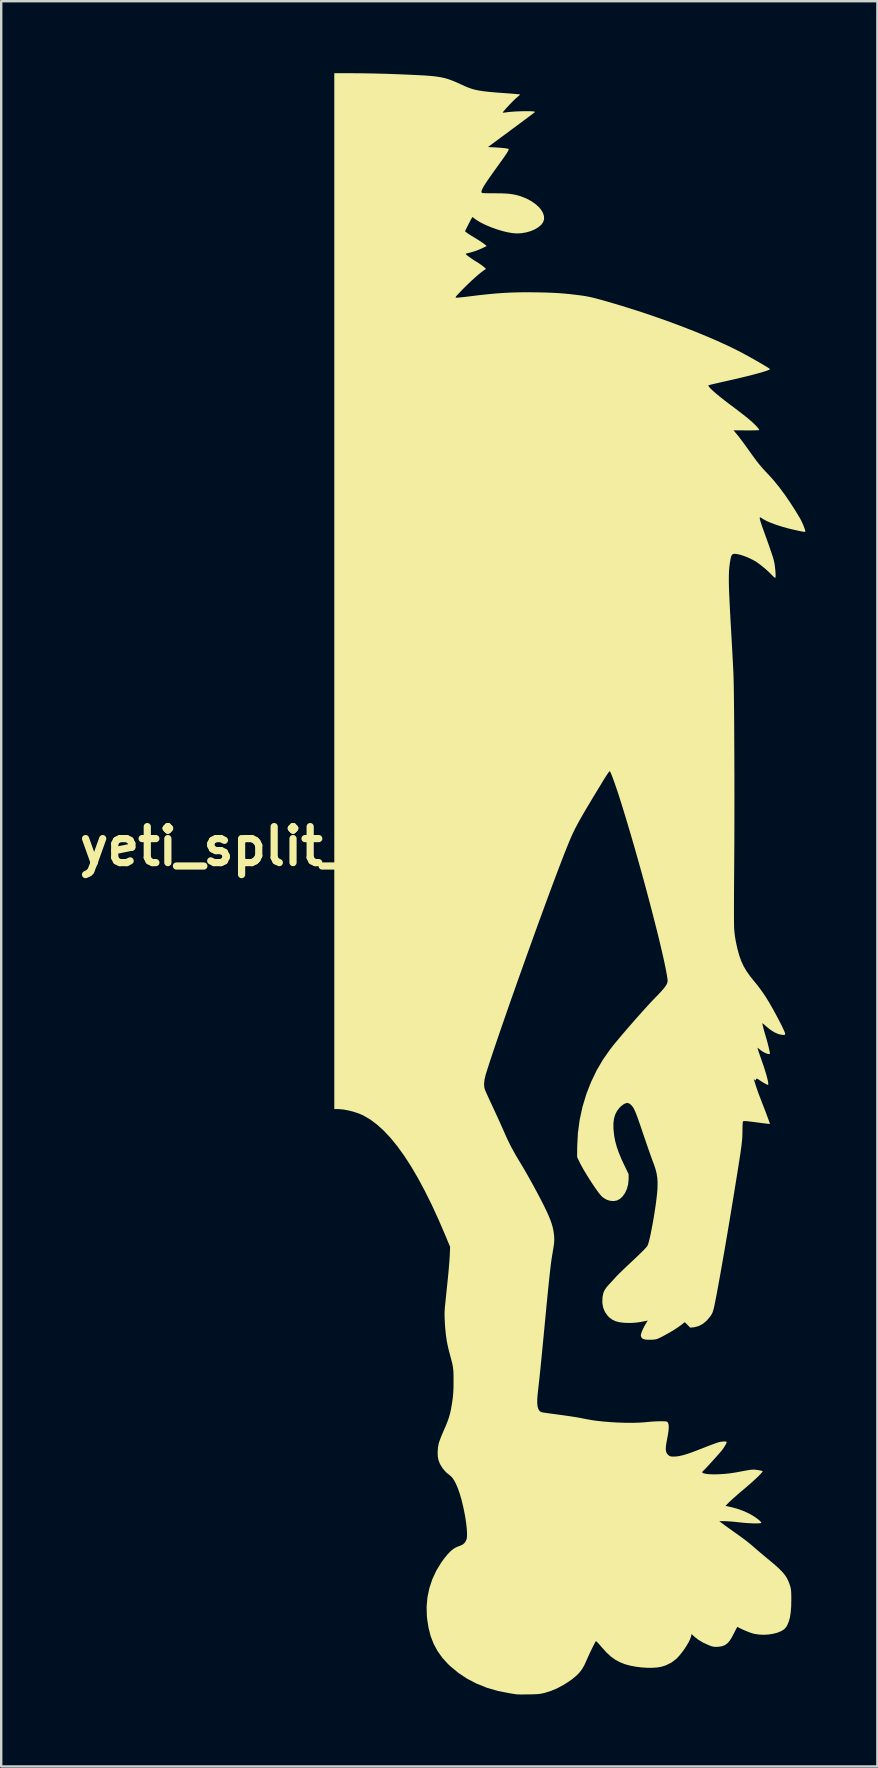
<source format=kicad_pcb>
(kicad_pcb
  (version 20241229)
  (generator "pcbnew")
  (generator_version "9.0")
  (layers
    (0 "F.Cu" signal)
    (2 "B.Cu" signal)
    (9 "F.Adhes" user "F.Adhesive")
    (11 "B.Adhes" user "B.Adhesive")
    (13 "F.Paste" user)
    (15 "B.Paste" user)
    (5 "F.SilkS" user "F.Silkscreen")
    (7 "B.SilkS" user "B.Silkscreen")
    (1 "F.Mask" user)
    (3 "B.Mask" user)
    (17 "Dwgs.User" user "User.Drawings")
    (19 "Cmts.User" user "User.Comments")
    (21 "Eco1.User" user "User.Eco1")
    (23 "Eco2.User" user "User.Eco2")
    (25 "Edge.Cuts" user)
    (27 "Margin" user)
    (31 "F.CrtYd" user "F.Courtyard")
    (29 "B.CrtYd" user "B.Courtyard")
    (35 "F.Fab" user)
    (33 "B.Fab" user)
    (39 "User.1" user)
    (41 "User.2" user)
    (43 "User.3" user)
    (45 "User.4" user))
  (footprint "yeti_split_right"
    (layer "F.Cu")
    (at 8.514 32.206)
    (property "Reference" "yeti_split_right" (at 0 0 0) (layer "F.SilkS") (effects (font (size 1.5 1.5) (thickness 0.3))))
    (attr board_only exclude_from_pos_files exclude_from_bom)
    (fp_poly (pts (xy 3.07 -32.206) (xy 3.51 -32.203) (xy 3.988 -32.195) (xy 4.496 -32.182) (xy 5.026 -32.163) (xy 5.568 -32.14) (xy 5.894 -32.124) (xy 6.165 -32.109) (xy 6.398 -32.091) (xy 6.599 -32.069) (xy 6.779 -32.042) (xy 6.943 -32.006) (xy 7.101 -31.961) (xy 7.261 -31.905) (xy 7.43 -31.836) (xy 7.616 -31.752) (xy 7.676 -31.724) (xy 7.804 -31.665) (xy 7.923 -31.615) (xy 8.039 -31.573) (xy 8.157 -31.536) (xy 8.282 -31.505) (xy 8.42 -31.479) (xy 8.577 -31.456) (xy 8.759 -31.434) (xy 8.97 -31.414) (xy 9.217 -31.394) (xy 9.504 -31.373) (xy 9.513 -31.373) (xy 9.674 -31.361) (xy 9.818 -31.349) (xy 9.939 -31.339) (xy 10.031 -31.33) (xy 10.088 -31.322) (xy 10.104 -31.318) (xy 10.087 -31.299) (xy 10.042 -31.258) (xy 9.978 -31.203) (xy 9.96 -31.189) (xy 9.905 -31.139) (xy 9.832 -31.069) (xy 9.749 -30.985) (xy 9.661 -30.895) (xy 9.576 -30.803) (xy 9.498 -30.718) (xy 9.436 -30.646) (xy 9.394 -30.594) (xy 9.379 -30.568) (xy 9.4 -30.563) (xy 9.453 -30.566) (xy 9.502 -30.572) (xy 9.616 -30.588) (xy 9.749 -30.6) (xy 9.896 -30.611) (xy 10.048 -30.618) (xy 10.2 -30.623) (xy 10.344 -30.625) (xy 10.474 -30.624) (xy 10.584 -30.62) (xy 10.666 -30.612) (xy 10.713 -30.602) (xy 10.722 -30.59) (xy 10.702 -30.573) (xy 10.647 -30.53) (xy 10.562 -30.466) (xy 10.45 -30.381) (xy 10.314 -30.28) (xy 10.159 -30.164) (xy 9.987 -30.036) (xy 9.803 -29.9) (xy 9.737 -29.851) (xy 8.763 -29.13) (xy 8.901 -29.124) (xy 9.064 -29.116) (xy 9.219 -29.105) (xy 9.358 -29.093) (xy 9.474 -29.081) (xy 9.561 -29.068) (xy 9.61 -29.057) (xy 9.618 -29.052) (xy 9.625 -29.038) (xy 9.624 -29.016) (xy 9.61 -28.982) (xy 9.583 -28.932) (xy 9.541 -28.864) (xy 9.48 -28.774) (xy 9.399 -28.658) (xy 9.296 -28.512) (xy 9.167 -28.334) (xy 9.109 -28.253) (xy 8.947 -28.027) (xy 8.812 -27.836) (xy 8.703 -27.675) (xy 8.618 -27.544) (xy 8.557 -27.439) (xy 8.516 -27.357) (xy 8.495 -27.297) (xy 8.493 -27.254) (xy 8.508 -27.227) (xy 8.531 -27.215) (xy 8.566 -27.212) (xy 8.64 -27.209) (xy 8.746 -27.206) (xy 8.875 -27.205) (xy 9.021 -27.204) (xy 9.063 -27.204) (xy 9.303 -27.202) (xy 9.506 -27.194) (xy 9.68 -27.179) (xy 9.836 -27.155) (xy 9.983 -27.123) (xy 10.127 -27.08) (xy 10.346 -26.995) (xy 10.551 -26.887) (xy 10.733 -26.764) (xy 10.884 -26.63) (xy 10.97 -26.528) (xy 11.053 -26.389) (xy 11.096 -26.26) (xy 11.101 -26.131) (xy 11.098 -26.106) (xy 11.058 -25.994) (xy 10.978 -25.887) (xy 10.862 -25.789) (xy 10.717 -25.702) (xy 10.549 -25.63) (xy 10.362 -25.576) (xy 10.163 -25.542) (xy 9.975 -25.531) (xy 9.789 -25.544) (xy 9.575 -25.581) (xy 9.343 -25.638) (xy 9.103 -25.712) (xy 8.865 -25.799) (xy 8.64 -25.896) (xy 8.436 -25.999) (xy 8.265 -26.106) (xy 8.224 -26.136) (xy 8.119 -26.216) (xy 8.085 -26.164) (xy 8.061 -26.122) (xy 8.022 -26.05) (xy 7.974 -25.957) (xy 7.929 -25.868) (xy 7.807 -25.624) (xy 7.867 -25.572) (xy 7.908 -25.542) (xy 7.981 -25.494) (xy 8.076 -25.433) (xy 8.185 -25.367) (xy 8.226 -25.342) (xy 8.341 -25.272) (xy 8.449 -25.203) (xy 8.54 -25.142) (xy 8.604 -25.096) (xy 8.617 -25.085) (xy 8.709 -25.007) (xy 8.57 -24.938) (xy 8.405 -24.863) (xy 8.225 -24.795) (xy 8.052 -24.742) (xy 7.97 -24.723) (xy 7.898 -24.705) (xy 7.849 -24.688) (xy 7.835 -24.677) (xy 7.854 -24.653) (xy 7.905 -24.609) (xy 7.982 -24.551) (xy 8.078 -24.485) (xy 8.184 -24.414) (xy 8.292 -24.347) (xy 8.39 -24.285) (xy 8.486 -24.218) (xy 8.564 -24.159) (xy 8.583 -24.143) (xy 8.683 -24.054) (xy 8.587 -23.99) (xy 8.493 -23.921) (xy 8.373 -23.824) (xy 8.235 -23.704) (xy 8.084 -23.567) (xy 7.928 -23.419) (xy 7.772 -23.265) (xy 7.695 -23.187) (xy 7.587 -23.075) (xy 7.508 -22.992) (xy 7.455 -22.934) (xy 7.425 -22.895) (xy 7.415 -22.872) (xy 7.421 -22.861) (xy 7.439 -22.855) (xy 7.443 -22.855) (xy 7.485 -22.856) (xy 7.566 -22.862) (xy 7.676 -22.873) (xy 7.808 -22.887) (xy 7.952 -22.905) (xy 7.969 -22.907) (xy 8.384 -22.958) (xy 8.763 -22.999) (xy 9.117 -23.032) (xy 9.455 -23.055) (xy 9.787 -23.071) (xy 10.124 -23.079) (xy 10.476 -23.081) (xy 10.829 -23.077) (xy 11.148 -23.07) (xy 11.433 -23.059) (xy 11.695 -23.045) (xy 11.947 -23.026) (xy 12.201 -23.001) (xy 12.468 -22.969) (xy 12.677 -22.942) (xy 12.804 -22.923) (xy 12.93 -22.9) (xy 13.062 -22.872) (xy 13.21 -22.837) (xy 13.38 -22.792) (xy 13.582 -22.736) (xy 13.717 -22.698) (xy 14.344 -22.512) (xy 14.97 -22.315) (xy 15.59 -22.109) (xy 16.198 -21.896) (xy 16.79 -21.677) (xy 17.361 -21.455) (xy 17.904 -21.232) (xy 18.415 -21.01) (xy 18.888 -20.79) (xy 19.19 -20.64) (xy 19.309 -20.579) (xy 19.444 -20.506) (xy 19.591 -20.426) (xy 19.743 -20.341) (xy 19.896 -20.255) (xy 20.043 -20.171) (xy 20.179 -20.091) (xy 20.299 -20.02) (xy 20.398 -19.96) (xy 20.469 -19.914) (xy 20.507 -19.886) (xy 20.512 -19.88) (xy 20.489 -19.859) (xy 20.423 -19.829) (xy 20.317 -19.792) (xy 20.171 -19.747) (xy 19.99 -19.696) (xy 19.776 -19.639) (xy 19.53 -19.577) (xy 19.256 -19.511) (xy 18.956 -19.441) (xy 18.723 -19.388) (xy 18.543 -19.348) (xy 18.378 -19.31) (xy 18.231 -19.276) (xy 18.109 -19.247) (xy 18.019 -19.225) (xy 17.965 -19.211) (xy 17.954 -19.207) (xy 17.948 -19.183) (xy 17.978 -19.135) (xy 18.042 -19.064) (xy 18.138 -18.972) (xy 18.265 -18.862) (xy 18.419 -18.734) (xy 18.599 -18.591) (xy 18.803 -18.435) (xy 18.896 -18.366) (xy 19.051 -18.25) (xy 19.206 -18.131) (xy 19.354 -18.017) (xy 19.487 -17.912) (xy 19.598 -17.823) (xy 19.677 -17.756) (xy 19.794 -17.652) (xy 19.895 -17.554) (xy 19.976 -17.47) (xy 20.032 -17.402) (xy 20.06 -17.356) (xy 20.06 -17.339) (xy 20.033 -17.335) (xy 19.967 -17.332) (xy 19.867 -17.329) (xy 19.741 -17.327) (xy 19.596 -17.327) (xy 19.519 -17.327) (xy 18.992 -17.33) (xy 19.135 -17.161) (xy 19.19 -17.093) (xy 19.266 -16.994) (xy 19.357 -16.873) (xy 19.457 -16.738) (xy 19.56 -16.596) (xy 19.615 -16.519) (xy 19.747 -16.334) (xy 19.858 -16.181) (xy 19.955 -16.051) (xy 20.043 -15.939) (xy 20.127 -15.837) (xy 20.214 -15.737) (xy 20.309 -15.633) (xy 20.418 -15.518) (xy 20.457 -15.477) (xy 20.669 -15.241) (xy 20.892 -14.967) (xy 21.119 -14.662) (xy 21.348 -14.33) (xy 21.573 -13.98) (xy 21.762 -13.665) (xy 21.811 -13.574) (xy 21.861 -13.469) (xy 21.908 -13.359) (xy 21.947 -13.257) (xy 21.975 -13.173) (xy 21.985 -13.12) (xy 21.985 -13.119) (xy 21.981 -13.107) (xy 21.963 -13.101) (xy 21.927 -13.102) (xy 21.866 -13.111) (xy 21.775 -13.128) (xy 21.648 -13.156) (xy 21.531 -13.181) (xy 21.262 -13.246) (xy 21.006 -13.318) (xy 20.77 -13.394) (xy 20.558 -13.472) (xy 20.378 -13.55) (xy 20.236 -13.625) (xy 20.184 -13.659) (xy 20.143 -13.687) (xy 20.113 -13.702) (xy 20.093 -13.701) (xy 20.084 -13.682) (xy 20.088 -13.64) (xy 20.105 -13.572) (xy 20.135 -13.474) (xy 20.179 -13.344) (xy 20.238 -13.177) (xy 20.312 -12.971) (xy 20.33 -12.922) (xy 20.399 -12.731) (xy 20.465 -12.543) (xy 20.526 -12.367) (xy 20.58 -12.209) (xy 20.624 -12.076) (xy 20.655 -11.974) (xy 20.668 -11.928) (xy 20.69 -11.83) (xy 20.71 -11.715) (xy 20.725 -11.593) (xy 20.737 -11.473) (xy 20.745 -11.363) (xy 20.747 -11.272) (xy 20.742 -11.208) (xy 20.731 -11.18) (xy 20.729 -11.18) (xy 20.703 -11.196) (xy 20.655 -11.238) (xy 20.593 -11.299) (xy 20.569 -11.323) (xy 20.449 -11.441) (xy 20.306 -11.569) (xy 20.154 -11.693) (xy 20.011 -11.802) (xy 19.966 -11.833) (xy 19.835 -11.913) (xy 19.684 -11.989) (xy 19.524 -12.059) (xy 19.366 -12.117) (xy 19.221 -12.159) (xy 19.098 -12.182) (xy 19.049 -12.185) (xy 18.993 -12.18) (xy 18.95 -12.162) (xy 18.917 -12.125) (xy 18.891 -12.062) (xy 18.869 -11.968) (xy 18.846 -11.835) (xy 18.837 -11.774) (xy 18.825 -11.682) (xy 18.815 -11.588) (xy 18.807 -11.487) (xy 18.802 -11.378) (xy 18.799 -11.257) (xy 18.798 -11.121) (xy 18.799 -10.966) (xy 18.803 -10.79) (xy 18.81 -10.59) (xy 18.82 -10.362) (xy 18.832 -10.103) (xy 18.847 -9.81) (xy 18.865 -9.479) (xy 18.886 -9.109) (xy 18.909 -8.695) (xy 18.91 -8.689) (xy 18.923 -8.452) (xy 18.937 -8.207) (xy 18.95 -7.963) (xy 18.963 -7.729) (xy 18.974 -7.514) (xy 18.983 -7.327) (xy 18.99 -7.177) (xy 18.99 -7.169) (xy 18.995 -7.033) (xy 18.999 -6.854) (xy 19.004 -6.635) (xy 19.008 -6.379) (xy 19.011 -6.089) (xy 19.015 -5.768) (xy 19.018 -5.42) (xy 19.021 -5.048) (xy 19.023 -4.656) (xy 19.025 -4.245) (xy 19.027 -3.821) (xy 19.028 -3.385) (xy 19.03 -2.941) (xy 19.03 -2.493) (xy 19.031 -2.043) (xy 19.03 -1.595) (xy 19.03 -1.153) (xy 19.029 -0.719) (xy 19.028 -0.296) (xy 19.026 0.112) (xy 19.023 0.501) (xy 19.021 0.854) (xy 19.018 1.187) (xy 19.016 1.51) (xy 19.014 1.82) (xy 19.013 2.113) (xy 19.012 2.387) (xy 19.012 2.636) (xy 19.012 2.859) (xy 19.013 3.05) (xy 19.014 3.208) (xy 19.016 3.327) (xy 19.018 3.405) (xy 19.019 3.427) (xy 19.036 3.615) (xy 19.058 3.787) (xy 19.088 3.958) (xy 19.128 4.147) (xy 19.159 4.28) (xy 19.231 4.543) (xy 19.313 4.777) (xy 19.413 4.992) (xy 19.535 5.2) (xy 19.685 5.413) (xy 19.835 5.6) (xy 19.978 5.775) (xy 20.109 5.947) (xy 20.233 6.121) (xy 20.355 6.305) (xy 20.478 6.507) (xy 20.608 6.731) (xy 20.748 6.987) (xy 20.878 7.231) (xy 20.955 7.381) (xy 21.023 7.518) (xy 21.078 7.635) (xy 21.118 7.725) (xy 21.14 7.784) (xy 21.143 7.801) (xy 21.141 7.836) (xy 21.128 7.854) (xy 21.093 7.859) (xy 21.025 7.854) (xy 21.005 7.853) (xy 20.852 7.818) (xy 20.686 7.743) (xy 20.512 7.63) (xy 20.376 7.519) (xy 20.303 7.455) (xy 20.243 7.404) (xy 20.206 7.373) (xy 20.197 7.367) (xy 20.196 7.389) (xy 20.207 7.448) (xy 20.229 7.539) (xy 20.259 7.655) (xy 20.297 7.789) (xy 20.34 7.936) (xy 20.35 7.968) (xy 20.385 8.09) (xy 20.42 8.22) (xy 20.453 8.349) (xy 20.48 8.467) (xy 20.5 8.564) (xy 20.511 8.63) (xy 20.512 8.644) (xy 20.492 8.651) (xy 20.459 8.653) (xy 20.382 8.637) (xy 20.285 8.596) (xy 20.18 8.534) (xy 20.097 8.473) (xy 19.989 8.385) (xy 20.007 8.455) (xy 20.02 8.499) (xy 20.047 8.578) (xy 20.083 8.685) (xy 20.127 8.811) (xy 20.174 8.943) (xy 20.243 9.142) (xy 20.303 9.328) (xy 20.354 9.498) (xy 20.395 9.647) (xy 20.424 9.77) (xy 20.44 9.863) (xy 20.441 9.921) (xy 20.429 9.94) (xy 20.395 9.928) (xy 20.333 9.898) (xy 20.256 9.855) (xy 20.174 9.806) (xy 20.1 9.758) (xy 20.081 9.744) (xy 20.004 9.694) (xy 19.956 9.677) (xy 19.932 9.69) (xy 19.927 9.719) (xy 19.915 9.75) (xy 19.886 9.744) (xy 19.856 9.712) (xy 19.839 9.69) (xy 19.84 9.706) (xy 19.894 9.884) (xy 19.948 10.049) (xy 20.005 10.214) (xy 20.071 10.393) (xy 20.15 10.599) (xy 20.166 10.642) (xy 20.253 10.864) (xy 20.329 11.061) (xy 20.392 11.23) (xy 20.443 11.369) (xy 20.48 11.473) (xy 20.502 11.54) (xy 20.507 11.566) (xy 20.507 11.567) (xy 20.483 11.566) (xy 20.419 11.559) (xy 20.322 11.547) (xy 20.197 11.532) (xy 20.053 11.513) (xy 19.955 11.5) (xy 19.779 11.477) (xy 19.644 11.461) (xy 19.545 11.45) (xy 19.475 11.445) (xy 19.429 11.445) (xy 19.403 11.45) (xy 19.389 11.46) (xy 19.388 11.462) (xy 19.38 11.497) (xy 19.373 11.569) (xy 19.368 11.668) (xy 19.366 11.783) (xy 19.366 11.8) (xy 19.365 11.888) (xy 19.364 11.97) (xy 19.361 12.051) (xy 19.357 12.134) (xy 19.35 12.222) (xy 19.341 12.319) (xy 19.329 12.428) (xy 19.313 12.552) (xy 19.293 12.696) (xy 19.269 12.863) (xy 19.239 13.056) (xy 19.204 13.28) (xy 19.164 13.536) (xy 19.116 13.829) (xy 19.062 14.163) (xy 19.025 14.396) (xy 18.955 14.821) (xy 18.885 15.247) (xy 18.815 15.669) (xy 18.745 16.085) (xy 18.676 16.49) (xy 18.609 16.882) (xy 18.543 17.256) (xy 18.481 17.611) (xy 18.422 17.941) (xy 18.367 18.244) (xy 18.317 18.517) (xy 18.272 18.755) (xy 18.233 18.956) (xy 18.2 19.116) (xy 18.185 19.186) (xy 18.155 19.308) (xy 18.127 19.399) (xy 18.095 19.473) (xy 18.052 19.545) (xy 18.02 19.59) (xy 17.874 19.762) (xy 17.713 19.895) (xy 17.538 19.987) (xy 17.354 20.034) (xy 17.325 20.038) (xy 17.19 20.051) (xy 17.077 19.936) (xy 16.963 19.822) (xy 16.837 19.922) (xy 16.701 20.022) (xy 16.532 20.134) (xy 16.337 20.251) (xy 16.128 20.368) (xy 16.049 20.41) (xy 15.938 20.466) (xy 15.855 20.505) (xy 15.788 20.529) (xy 15.724 20.543) (xy 15.649 20.55) (xy 15.592 20.554) (xy 15.426 20.556) (xy 15.3 20.544) (xy 15.212 20.514) (xy 15.158 20.465) (xy 15.134 20.397) (xy 15.132 20.365) (xy 15.145 20.3) (xy 15.178 20.207) (xy 15.228 20.094) (xy 15.291 19.972) (xy 15.356 19.859) (xy 15.42 19.756) (xy 15.341 19.773) (xy 15.132 19.814) (xy 14.951 19.84) (xy 14.782 19.853) (xy 14.665 19.856) (xy 14.436 19.849) (xy 14.246 19.827) (xy 14.087 19.786) (xy 13.952 19.724) (xy 13.834 19.641) (xy 13.756 19.563) (xy 13.64 19.403) (xy 13.564 19.22) (xy 13.528 19.018) (xy 13.534 18.8) (xy 13.541 18.749) (xy 13.564 18.637) (xy 13.596 18.541) (xy 13.645 18.452) (xy 13.715 18.356) (xy 13.814 18.243) (xy 13.828 18.229) (xy 13.915 18.135) (xy 14.005 18.037) (xy 14.084 17.95) (xy 14.115 17.915) (xy 14.161 17.867) (xy 14.237 17.792) (xy 14.336 17.696) (xy 14.453 17.583) (xy 14.585 17.458) (xy 14.724 17.327) (xy 14.793 17.262) (xy 14.96 17.105) (xy 15.104 16.966) (xy 15.225 16.847) (xy 15.317 16.75) (xy 15.38 16.68) (xy 15.409 16.641) (xy 15.436 16.574) (xy 15.467 16.467) (xy 15.503 16.325) (xy 15.54 16.155) (xy 15.579 15.962) (xy 15.619 15.752) (xy 15.658 15.532) (xy 15.695 15.306) (xy 15.73 15.082) (xy 15.761 14.865) (xy 15.787 14.661) (xy 15.808 14.476) (xy 15.822 14.316) (xy 15.826 14.232) (xy 15.83 14.008) (xy 15.818 13.809) (xy 15.788 13.622) (xy 15.739 13.431) (xy 15.667 13.219) (xy 15.644 13.161) (xy 15.607 13.061) (xy 15.557 12.925) (xy 15.499 12.761) (xy 15.435 12.578) (xy 15.368 12.384) (xy 15.301 12.188) (xy 15.272 12.104) (xy 15.186 11.85) (xy 15.113 11.636) (xy 15.051 11.458) (xy 14.999 11.311) (xy 14.955 11.192) (xy 14.917 11.096) (xy 14.884 11.019) (xy 14.855 10.956) (xy 14.827 10.904) (xy 14.817 10.885) (xy 14.752 10.799) (xy 14.676 10.732) (xy 14.599 10.694) (xy 14.564 10.689) (xy 14.493 10.706) (xy 14.405 10.753) (xy 14.313 10.822) (xy 14.25 10.883) (xy 14.142 11.022) (xy 14.063 11.176) (xy 14.013 11.35) (xy 13.989 11.549) (xy 13.992 11.778) (xy 14.02 12.041) (xy 14.023 12.066) (xy 14.066 12.289) (xy 14.129 12.52) (xy 14.215 12.766) (xy 14.327 13.034) (xy 14.424 13.243) (xy 14.623 13.657) (xy 14.623 13.859) (xy 14.605 14.069) (xy 14.554 14.267) (xy 14.473 14.444) (xy 14.366 14.593) (xy 14.249 14.697) (xy 14.125 14.757) (xy 13.985 14.779) (xy 13.838 14.764) (xy 13.693 14.715) (xy 13.559 14.631) (xy 13.495 14.574) (xy 13.424 14.493) (xy 13.336 14.378) (xy 13.235 14.237) (xy 13.126 14.076) (xy 13.013 13.903) (xy 12.901 13.724) (xy 12.794 13.549) (xy 12.698 13.382) (xy 12.617 13.233) (xy 12.578 13.154) (xy 12.478 12.946) (xy 12.481 12.525) (xy 12.509 11.957) (xy 12.583 11.398) (xy 12.703 10.847) (xy 12.868 10.304) (xy 13.062 9.812) (xy 13.293 9.331) (xy 13.557 8.88) (xy 13.86 8.45) (xy 13.967 8.312) (xy 14.079 8.175) (xy 14.214 8.014) (xy 14.365 7.834) (xy 14.529 7.643) (xy 14.701 7.445) (xy 14.874 7.246) (xy 15.045 7.053) (xy 15.207 6.87) (xy 15.357 6.705) (xy 15.488 6.562) (xy 15.596 6.447) (xy 15.622 6.42) (xy 15.787 6.25) (xy 15.922 6.108) (xy 16.029 5.99) (xy 16.111 5.893) (xy 16.17 5.812) (xy 16.211 5.743) (xy 16.235 5.683) (xy 16.246 5.626) (xy 16.247 5.569) (xy 16.243 5.535) (xy 16.217 5.364) (xy 16.178 5.151) (xy 16.127 4.901) (xy 16.065 4.615) (xy 15.992 4.298) (xy 15.91 3.953) (xy 15.82 3.583) (xy 15.721 3.192) (xy 15.616 2.782) (xy 15.505 2.357) (xy 15.389 1.921) (xy 15.269 1.476) (xy 15.145 1.026) (xy 15.018 0.575) (xy 14.891 0.125) (xy 14.762 -0.321) (xy 14.633 -0.758) (xy 14.506 -1.183) (xy 14.38 -1.594) (xy 14.293 -1.873) (xy 14.225 -2.087) (xy 14.157 -2.294) (xy 14.09 -2.49) (xy 14.028 -2.668) (xy 13.971 -2.825) (xy 13.922 -2.954) (xy 13.882 -3.051) (xy 13.853 -3.111) (xy 13.845 -3.124) (xy 13.831 -3.125) (xy 13.808 -3.104) (xy 13.771 -3.057) (xy 13.72 -2.982) (xy 13.651 -2.875) (xy 13.563 -2.734) (xy 13.49 -2.612) (xy 13.298 -2.297) (xy 13.129 -2.018) (xy 12.981 -1.771) (xy 12.851 -1.553) (xy 12.737 -1.359) (xy 12.638 -1.187) (xy 12.551 -1.031) (xy 12.474 -0.89) (xy 12.405 -0.758) (xy 12.343 -0.632) (xy 12.284 -0.508) (xy 12.228 -0.382) (xy 12.172 -0.252) (xy 12.114 -0.112) (xy 12.052 0.041) (xy 12.026 0.105) (xy 11.929 0.351) (xy 11.82 0.633) (xy 11.699 0.949) (xy 11.568 1.296) (xy 11.429 1.669) (xy 11.281 2.066) (xy 11.128 2.483) (xy 10.969 2.917) (xy 10.806 3.364) (xy 10.641 3.821) (xy 10.474 4.284) (xy 10.307 4.751) (xy 10.141 5.217) (xy 9.976 5.679) (xy 9.816 6.134) (xy 9.659 6.579) (xy 9.509 7.009) (xy 9.366 7.423) (xy 9.231 7.815) (xy 9.105 8.183) (xy 8.99 8.524) (xy 8.887 8.833) (xy 8.797 9.108) (xy 8.721 9.346) (xy 8.674 9.496) (xy 8.622 9.707) (xy 8.601 9.889) (xy 8.612 10.045) (xy 8.631 10.118) (xy 8.649 10.163) (xy 8.683 10.244) (xy 8.732 10.354) (xy 8.792 10.486) (xy 8.861 10.635) (xy 8.935 10.794) (xy 8.936 10.797) (xy 9.021 10.979) (xy 9.11 11.173) (xy 9.199 11.366) (xy 9.281 11.548) (xy 9.352 11.707) (xy 9.389 11.791) (xy 9.506 12.056) (xy 9.614 12.288) (xy 9.72 12.501) (xy 9.83 12.705) (xy 9.949 12.915) (xy 10.085 13.142) (xy 10.101 13.167) (xy 10.189 13.314) (xy 10.293 13.49) (xy 10.404 13.683) (xy 10.515 13.881) (xy 10.621 14.072) (xy 10.677 14.173) (xy 10.841 14.48) (xy 10.983 14.75) (xy 11.104 14.989) (xy 11.205 15.199) (xy 11.29 15.385) (xy 11.358 15.552) (xy 11.412 15.703) (xy 11.453 15.842) (xy 11.484 15.973) (xy 11.505 16.101) (xy 11.518 16.229) (xy 11.52 16.25) (xy 11.524 16.317) (xy 11.526 16.378) (xy 11.525 16.439) (xy 11.52 16.508) (xy 11.51 16.591) (xy 11.495 16.695) (xy 11.474 16.828) (xy 11.446 16.995) (xy 11.427 17.109) (xy 11.414 17.193) (xy 11.399 17.296) (xy 11.383 17.418) (xy 11.366 17.562) (xy 11.347 17.73) (xy 11.325 17.926) (xy 11.302 18.15) (xy 11.275 18.406) (xy 11.246 18.696) (xy 11.214 19.022) (xy 11.179 19.387) (xy 11.14 19.792) (xy 11.097 20.24) (xy 11.076 20.465) (xy 11.04 20.834) (xy 11.008 21.164) (xy 10.979 21.461) (xy 10.952 21.732) (xy 10.926 21.984) (xy 10.9 22.224) (xy 10.874 22.46) (xy 10.848 22.696) (xy 10.838 22.78) (xy 10.818 23.009) (xy 10.816 23.196) (xy 10.832 23.344) (xy 10.867 23.455) (xy 10.921 23.531) (xy 10.995 23.573) (xy 11.018 23.579) (xy 11.066 23.587) (xy 11.151 23.6) (xy 11.265 23.616) (xy 11.401 23.635) (xy 11.548 23.654) (xy 11.566 23.657) (xy 11.9 23.702) (xy 12.191 23.744) (xy 12.441 23.783) (xy 12.653 23.821) (xy 12.829 23.857) (xy 13.048 23.898) (xy 13.303 23.934) (xy 13.584 23.964) (xy 13.883 23.988) (xy 14.188 24.005) (xy 14.49 24.015) (xy 14.779 24.017) (xy 15.046 24.01) (xy 15.28 23.995) (xy 15.352 23.988) (xy 15.492 23.974) (xy 15.639 23.963) (xy 15.786 23.955) (xy 15.925 23.951) (xy 16.046 23.951) (xy 16.142 23.954) (xy 16.205 23.962) (xy 16.222 23.968) (xy 16.264 24.015) (xy 16.289 24.092) (xy 16.296 24.201) (xy 16.285 24.346) (xy 16.258 24.53) (xy 16.233 24.661) (xy 16.198 24.848) (xy 16.177 24.996) (xy 16.171 25.112) (xy 16.181 25.203) (xy 16.206 25.274) (xy 16.247 25.331) (xy 16.281 25.363) (xy 16.327 25.397) (xy 16.377 25.415) (xy 16.446 25.422) (xy 16.512 25.423) (xy 16.62 25.417) (xy 16.743 25.399) (xy 16.885 25.365) (xy 17.05 25.317) (xy 17.244 25.251) (xy 17.47 25.166) (xy 17.705 25.074) (xy 17.866 25.01) (xy 18.019 24.952) (xy 18.157 24.9) (xy 18.273 24.859) (xy 18.359 24.83) (xy 18.402 24.818) (xy 18.509 24.8) (xy 18.602 24.793) (xy 18.671 24.796) (xy 18.707 24.811) (xy 18.711 24.819) (xy 18.698 24.859) (xy 18.665 24.925) (xy 18.617 25.006) (xy 18.562 25.09) (xy 18.515 25.154) (xy 18.476 25.202) (xy 18.411 25.277) (xy 18.327 25.372) (xy 18.231 25.48) (xy 18.128 25.594) (xy 18.025 25.707) (xy 17.929 25.812) (xy 17.845 25.902) (xy 17.78 25.97) (xy 17.743 26.006) (xy 17.696 26.055) (xy 17.688 26.086) (xy 17.72 26.109) (xy 17.758 26.122) (xy 17.871 26.146) (xy 18.022 26.159) (xy 18.202 26.164) (xy 18.403 26.158) (xy 18.617 26.144) (xy 18.835 26.121) (xy 19.05 26.09) (xy 19.128 26.076) (xy 19.319 26.04) (xy 19.47 26.012) (xy 19.589 25.991) (xy 19.682 25.977) (xy 19.755 25.969) (xy 19.816 25.966) (xy 19.87 25.967) (xy 19.924 25.973) (xy 19.986 25.981) (xy 20.003 25.983) (xy 20.094 25.999) (xy 20.164 26.015) (xy 20.203 26.029) (xy 20.208 26.033) (xy 20.19 26.067) (xy 20.14 26.127) (xy 20.061 26.209) (xy 19.957 26.31) (xy 19.831 26.427) (xy 19.688 26.555) (xy 19.53 26.691) (xy 19.424 26.781) (xy 19.288 26.896) (xy 19.155 27.01) (xy 19.033 27.118) (xy 18.928 27.212) (xy 18.847 27.287) (xy 18.808 27.325) (xy 18.659 27.476) (xy 18.843 27.516) (xy 19.124 27.589) (xy 19.378 27.677) (xy 19.624 27.788) (xy 19.647 27.799) (xy 19.755 27.859) (xy 19.862 27.926) (xy 19.962 27.995) (xy 20.047 28.061) (xy 20.11 28.119) (xy 20.145 28.163) (xy 20.148 28.185) (xy 20.117 28.197) (xy 20.048 28.204) (xy 19.946 28.206) (xy 19.82 28.205) (xy 19.677 28.199) (xy 19.524 28.19) (xy 19.37 28.177) (xy 19.22 28.161) (xy 19.212 28.16) (xy 19.064 28.143) (xy 18.91 28.129) (xy 18.768 28.119) (xy 18.651 28.114) (xy 18.62 28.113) (xy 18.4 28.113) (xy 18.55 28.226) (xy 18.617 28.276) (xy 18.714 28.347) (xy 18.831 28.431) (xy 18.957 28.522) (xy 19.073 28.604) (xy 19.228 28.715) (xy 19.354 28.805) (xy 19.457 28.882) (xy 19.548 28.951) (xy 19.633 29.019) (xy 19.723 29.093) (xy 19.824 29.18) (xy 19.904 29.249) (xy 19.998 29.33) (xy 20.119 29.433) (xy 20.256 29.548) (xy 20.399 29.668) (xy 20.539 29.784) (xy 20.562 29.803) (xy 20.749 29.962) (xy 20.902 30.102) (xy 21.025 30.227) (xy 21.124 30.345) (xy 21.203 30.462) (xy 21.266 30.583) (xy 21.319 30.715) (xy 21.351 30.811) (xy 21.37 30.877) (xy 21.383 30.944) (xy 21.392 31.019) (xy 21.397 31.114) (xy 21.4 31.236) (xy 21.401 31.387) (xy 21.395 31.669) (xy 21.376 31.911) (xy 21.344 32.117) (xy 21.297 32.292) (xy 21.235 32.441) (xy 21.183 32.531) (xy 21.099 32.619) (xy 20.978 32.695) (xy 20.826 32.757) (xy 20.651 32.803) (xy 20.46 32.834) (xy 20.262 32.846) (xy 20.063 32.838) (xy 19.87 32.81) (xy 19.802 32.793) (xy 19.711 32.764) (xy 19.593 32.72) (xy 19.463 32.666) (xy 19.334 32.608) (xy 19.222 32.554) (xy 19.155 32.517) (xy 19.141 32.534) (xy 19.112 32.586) (xy 19.07 32.665) (xy 19.021 32.764) (xy 19.01 32.785) (xy 18.916 32.965) (xy 18.826 33.104) (xy 18.733 33.206) (xy 18.633 33.277) (xy 18.519 33.322) (xy 18.386 33.344) (xy 18.335 33.348) (xy 18.235 33.35) (xy 18.154 33.342) (xy 18.071 33.321) (xy 17.982 33.288) (xy 17.739 33.179) (xy 17.53 33.056) (xy 17.371 32.932) (xy 17.245 32.816) (xy 17.217 32.937) (xy 17.182 33.037) (xy 17.121 33.161) (xy 17.039 33.3) (xy 16.944 33.445) (xy 16.839 33.588) (xy 16.733 33.719) (xy 16.631 33.828) (xy 16.602 33.855) (xy 16.405 34.004) (xy 16.178 34.117) (xy 16.005 34.174) (xy 15.832 34.206) (xy 15.627 34.221) (xy 15.399 34.221) (xy 15.161 34.206) (xy 14.922 34.176) (xy 14.694 34.133) (xy 14.487 34.077) (xy 14.457 34.067) (xy 14.25 33.984) (xy 14.061 33.88) (xy 13.882 33.751) (xy 13.706 33.589) (xy 13.525 33.39) (xy 13.49 33.349) (xy 13.413 33.259) (xy 13.346 33.185) (xy 13.295 33.134) (xy 13.264 33.111) (xy 13.259 33.111) (xy 13.239 33.143) (xy 13.203 33.209) (xy 13.156 33.301) (xy 13.101 33.411) (xy 13.043 33.531) (xy 12.985 33.653) (xy 12.932 33.768) (xy 12.887 33.869) (xy 12.858 33.937) (xy 12.775 34.12) (xy 12.68 34.282) (xy 12.566 34.43) (xy 12.427 34.568) (xy 12.259 34.705) (xy 12.056 34.844) (xy 11.902 34.939) (xy 11.638 35.081) (xy 11.375 35.19) (xy 11.134 35.264) (xy 11.048 35.285) (xy 10.969 35.301) (xy 10.887 35.312) (xy 10.791 35.32) (xy 10.672 35.325) (xy 10.52 35.329) (xy 10.455 35.33) (xy 10.31 35.331) (xy 10.177 35.332) (xy 10.066 35.331) (xy 9.985 35.329) (xy 9.941 35.326) (xy 9.94 35.326) (xy 9.892 35.318) (xy 9.812 35.305) (xy 9.711 35.289) (xy 9.648 35.279) (xy 9.17 35.184) (xy 8.72 35.053) (xy 8.297 34.884) (xy 7.903 34.68) (xy 7.539 34.44) (xy 7.205 34.164) (xy 7.092 34.057) (xy 6.857 33.797) (xy 6.661 33.521) (xy 6.502 33.225) (xy 6.378 32.906) (xy 6.288 32.559) (xy 6.23 32.181) (xy 6.219 32.076) (xy 6.208 31.678) (xy 6.243 31.286) (xy 6.323 30.901) (xy 6.448 30.528) (xy 6.615 30.168) (xy 6.826 29.824) (xy 6.955 29.649) (xy 7.086 29.489) (xy 7.206 29.365) (xy 7.32 29.272) (xy 7.438 29.202) (xy 7.566 29.15) (xy 7.6 29.14) (xy 7.723 29.08) (xy 7.816 28.987) (xy 7.873 28.864) (xy 7.881 28.832) (xy 7.892 28.727) (xy 7.891 28.582) (xy 7.879 28.404) (xy 7.856 28.198) (xy 7.822 27.971) (xy 7.798 27.832) (xy 7.735 27.523) (xy 7.666 27.236) (xy 7.591 26.978) (xy 7.512 26.749) (xy 7.429 26.555) (xy 7.345 26.397) (xy 7.259 26.28) (xy 7.189 26.217) (xy 7.015 26.073) (xy 6.87 25.905) (xy 6.76 25.722) (xy 6.698 25.556) (xy 6.674 25.412) (xy 6.667 25.244) (xy 6.678 25.069) (xy 6.705 24.904) (xy 6.71 24.883) (xy 6.736 24.8) (xy 6.777 24.687) (xy 6.828 24.556) (xy 6.885 24.421) (xy 6.91 24.362) (xy 7.003 24.15) (xy 7.077 23.967) (xy 7.135 23.801) (xy 7.181 23.641) (xy 7.219 23.474) (xy 7.252 23.29) (xy 7.268 23.192) (xy 7.291 23.03) (xy 7.308 22.885) (xy 7.319 22.745) (xy 7.326 22.594) (xy 7.329 22.419) (xy 7.33 22.301) (xy 7.33 22.112) (xy 7.327 21.957) (xy 7.32 21.827) (xy 7.306 21.708) (xy 7.286 21.59) (xy 7.256 21.461) (xy 7.216 21.309) (xy 7.18 21.178) (xy 7.108 20.899) (xy 7.052 20.63) (xy 7.011 20.355) (xy 6.982 20.058) (xy 6.969 19.866) (xy 6.961 19.706) (xy 6.956 19.573) (xy 6.956 19.454) (xy 6.96 19.336) (xy 6.97 19.205) (xy 6.985 19.047) (xy 6.994 18.961) (xy 7.011 18.789) (xy 7.032 18.586) (xy 7.055 18.369) (xy 7.077 18.153) (xy 7.098 17.954) (xy 7.1 17.927) (xy 7.118 17.745) (xy 7.135 17.554) (xy 7.15 17.368) (xy 7.163 17.2) (xy 7.171 17.061) (xy 7.173 17.026) (xy 7.187 16.686) (xy 6.988 16.207) (xy 6.699 15.538) (xy 6.412 14.915) (xy 6.125 14.339) (xy 5.84 13.809) (xy 5.556 13.325) (xy 5.272 12.887) (xy 4.989 12.495) (xy 4.706 12.148) (xy 4.424 11.847) (xy 4.142 11.592) (xy 3.861 11.381) (xy 3.579 11.216) (xy 3.565 11.209) (xy 3.378 11.128) (xy 3.166 11.058) (xy 2.945 11.002) (xy 2.728 10.963) (xy 2.532 10.946) (xy 2.5 10.946) (xy 2.362 10.946) (xy 2.362 -10.63) (xy 2.362 -32.206)) (stroke (width 0) (type solid)) (fill yes) (layer "F.SilkS")))
  (gr_rect
    (start -3 -3)
    (end 33.5 70.538)
    (stroke (width 0.1) (type default))
    (fill no)
    (layer "Edge.Cuts")))
</source>
